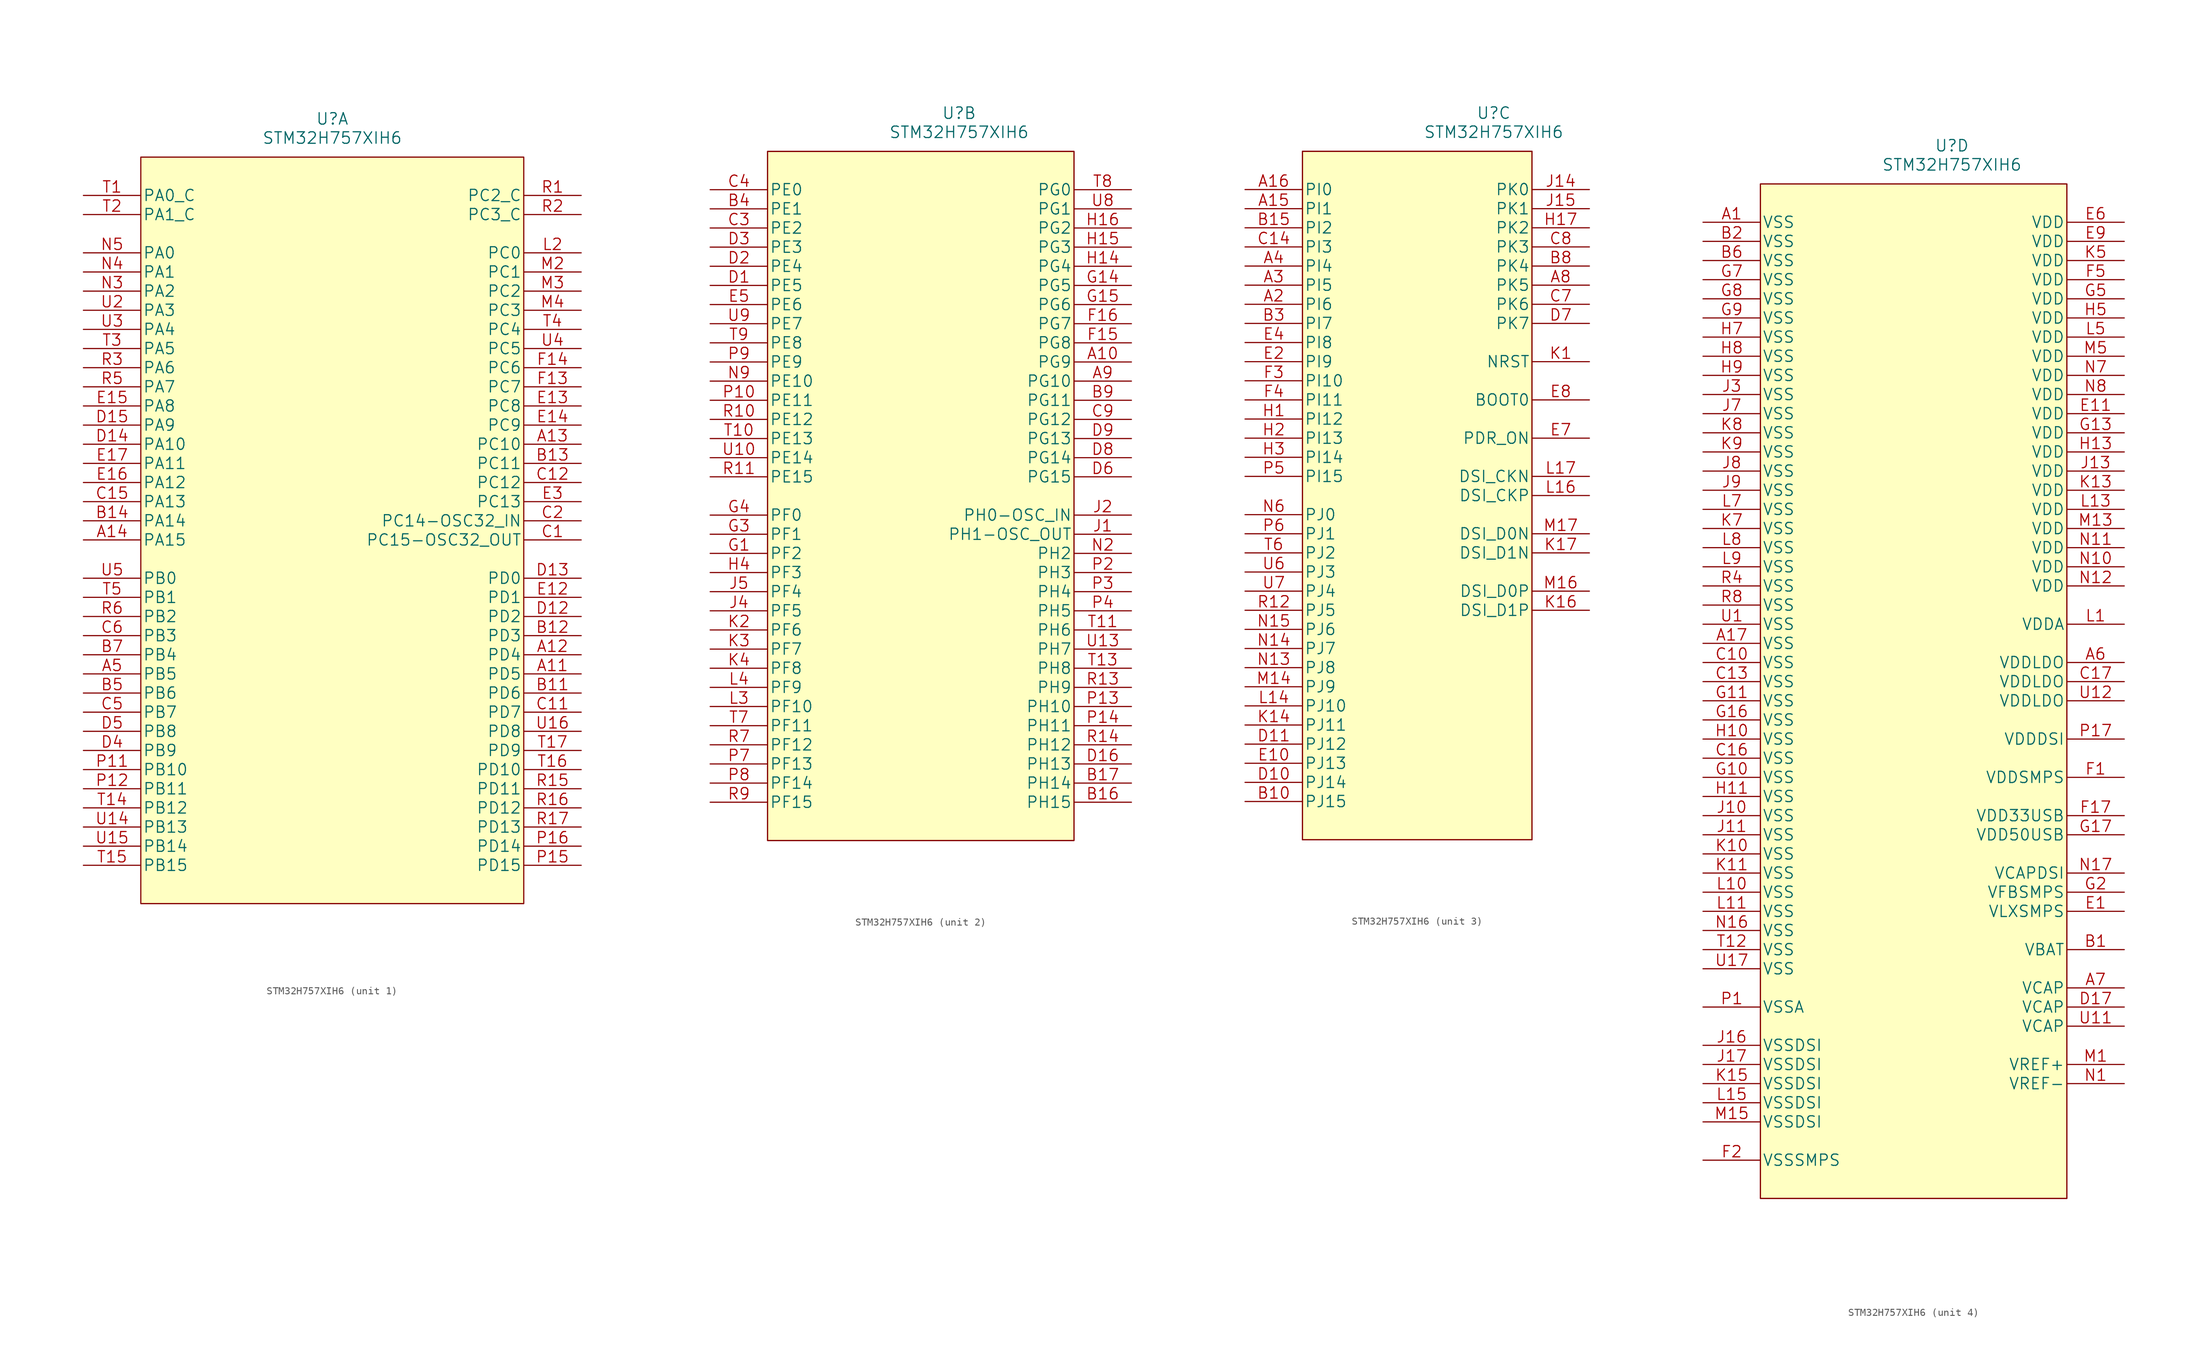
<source format=kicad_sym>
(kicad_symbol_lib
  (version 20211014)
  (generator kicad_symbol_editor)
  (symbol "STM32H757XIH6"
    (pin_names
      (offset 0.254))
    (property "Reference" "U"
      (at 33.02 10.16 0)
      (effects (font (size 1.524 1.524))))
    (property "Value" "STM32H757XIH6"
      (at 33.02 7.62 0)
      (effects (font (size 1.524 1.524))))
    (property "Datasheet" ""
      (at 0 0 0)
      (effects (font (size 1.524 1.524))))
    (symbol "STM32H757XIH6_1_1"
      (polyline (pts (xy 7.62 -93.98) (xy 58.42 -93.98)) (stroke (width 0.127) (type default) (color 0 0 0 0)) (fill (type none)))
      (polyline (pts (xy 7.62 5.08) (xy 7.62 -93.98)) (stroke (width 0.127) (type default) (color 0 0 0 0)) (fill (type none)))
      (polyline (pts (xy 58.42 -93.98) (xy 58.42 5.08)) (stroke (width 0.127) (type default) (color 0 0 0 0)) (fill (type none)))
      (polyline (pts (xy 58.42 5.08) (xy 7.62 5.08)) (stroke (width 0.127) (type default) (color 0 0 0 0)) (fill (type background)))
      (rectangle (start 7.62 5.08) (end 58.42 -93.98) (stroke (width 0.152) (type default) (color 0 0 0 0)) (fill (type background)))
      (pin bidirectional line (at 66.04 -63.5 180) (length 7.62) (name "PD5" (effects (font (size 1.499 1.499)))) (number "A11" (effects (font (size 1.499 1.499)))))
      (pin bidirectional line (at 66.04 -60.96 180) (length 7.62) (name "PD4" (effects (font (size 1.499 1.499)))) (number "A12" (effects (font (size 1.499 1.499)))))
      (pin bidirectional line (at 66.04 -33.02 180) (length 7.62) (name "PC10" (effects (font (size 1.499 1.499)))) (number "A13" (effects (font (size 1.499 1.499)))))
      (pin bidirectional line (at 0 -45.72 0) (length 7.62) (name "PA15" (effects (font (size 1.499 1.499)))) (number "A14" (effects (font (size 1.499 1.499)))))
      (pin bidirectional line (at 0 -63.5 0) (length 7.62) (name "PB5" (effects (font (size 1.499 1.499)))) (number "A5" (effects (font (size 1.499 1.499)))))
      (pin bidirectional line (at 66.04 -66.04 180) (length 7.62) (name "PD6" (effects (font (size 1.499 1.499)))) (number "B11" (effects (font (size 1.499 1.499)))))
      (pin bidirectional line (at 66.04 -58.42 180) (length 7.62) (name "PD3" (effects (font (size 1.499 1.499)))) (number "B12" (effects (font (size 1.499 1.499)))))
      (pin bidirectional line (at 66.04 -35.56 180) (length 7.62) (name "PC11" (effects (font (size 1.499 1.499)))) (number "B13" (effects (font (size 1.499 1.499)))))
      (pin bidirectional line (at 0 -43.18 0) (length 7.62) (name "PA14" (effects (font (size 1.499 1.499)))) (number "B14" (effects (font (size 1.499 1.499)))))
      (pin bidirectional line (at 0 -66.04 0) (length 7.62) (name "PB6" (effects (font (size 1.499 1.499)))) (number "B5" (effects (font (size 1.499 1.499)))))
      (pin bidirectional line (at 0 -60.96 0) (length 7.62) (name "PB4" (effects (font (size 1.499 1.499)))) (number "B7" (effects (font (size 1.499 1.499)))))
      (pin bidirectional line (at 66.04 -45.72 180) (length 7.62) (name "PC15-OSC32_OUT" (effects (font (size 1.499 1.499)))) (number "C1" (effects (font (size 1.499 1.499)))))
      (pin bidirectional line (at 66.04 -68.58 180) (length 7.62) (name "PD7" (effects (font (size 1.499 1.499)))) (number "C11" (effects (font (size 1.499 1.499)))))
      (pin bidirectional line (at 66.04 -38.1 180) (length 7.62) (name "PC12" (effects (font (size 1.499 1.499)))) (number "C12" (effects (font (size 1.499 1.499)))))
      (pin bidirectional line (at 0 -40.64 0) (length 7.62) (name "PA13" (effects (font (size 1.499 1.499)))) (number "C15" (effects (font (size 1.499 1.499)))))
      (pin bidirectional line (at 66.04 -43.18 180) (length 7.62) (name "PC14-OSC32_IN" (effects (font (size 1.499 1.499)))) (number "C2" (effects (font (size 1.499 1.499)))))
      (pin bidirectional line (at 0 -68.58 0) (length 7.62) (name "PB7" (effects (font (size 1.499 1.499)))) (number "C5" (effects (font (size 1.499 1.499)))))
      (pin bidirectional line (at 0 -58.42 0) (length 7.62) (name "PB3" (effects (font (size 1.499 1.499)))) (number "C6" (effects (font (size 1.499 1.499)))))
      (pin bidirectional line (at 66.04 -55.88 180) (length 7.62) (name "PD2" (effects (font (size 1.499 1.499)))) (number "D12" (effects (font (size 1.499 1.499)))))
      (pin bidirectional line (at 66.04 -50.8 180) (length 7.62) (name "PD0" (effects (font (size 1.499 1.499)))) (number "D13" (effects (font (size 1.499 1.499)))))
      (pin bidirectional line (at 0 -33.02 0) (length 7.62) (name "PA10" (effects (font (size 1.499 1.499)))) (number "D14" (effects (font (size 1.499 1.499)))))
      (pin bidirectional line (at 0 -30.48 0) (length 7.62) (name "PA9" (effects (font (size 1.499 1.499)))) (number "D15" (effects (font (size 1.499 1.499)))))
      (pin bidirectional line (at 0 -73.66 0) (length 7.62) (name "PB9" (effects (font (size 1.499 1.499)))) (number "D4" (effects (font (size 1.499 1.499)))))
      (pin bidirectional line (at 0 -71.12 0) (length 7.62) (name "PB8" (effects (font (size 1.499 1.499)))) (number "D5" (effects (font (size 1.499 1.499)))))
      (pin bidirectional line (at 66.04 -53.34 180) (length 7.62) (name "PD1" (effects (font (size 1.499 1.499)))) (number "E12" (effects (font (size 1.499 1.499)))))
      (pin bidirectional line (at 66.04 -27.94 180) (length 7.62) (name "PC8" (effects (font (size 1.499 1.499)))) (number "E13" (effects (font (size 1.499 1.499)))))
      (pin bidirectional line (at 66.04 -30.48 180) (length 7.62) (name "PC9" (effects (font (size 1.499 1.499)))) (number "E14" (effects (font (size 1.499 1.499)))))
      (pin bidirectional line (at 0 -27.94 0) (length 7.62) (name "PA8" (effects (font (size 1.499 1.499)))) (number "E15" (effects (font (size 1.499 1.499)))))
      (pin bidirectional line (at 0 -38.1 0) (length 7.62) (name "PA12" (effects (font (size 1.499 1.499)))) (number "E16" (effects (font (size 1.499 1.499)))))
      (pin bidirectional line (at 0 -35.56 0) (length 7.62) (name "PA11" (effects (font (size 1.499 1.499)))) (number "E17" (effects (font (size 1.499 1.499)))))
      (pin bidirectional line (at 66.04 -40.64 180) (length 7.62) (name "PC13" (effects (font (size 1.499 1.499)))) (number "E3" (effects (font (size 1.499 1.499)))))
      (pin bidirectional line (at 66.04 -25.4 180) (length 7.62) (name "PC7" (effects (font (size 1.499 1.499)))) (number "F13" (effects (font (size 1.499 1.499)))))
      (pin bidirectional line (at 66.04 -22.86 180) (length 7.62) (name "PC6" (effects (font (size 1.499 1.499)))) (number "F14" (effects (font (size 1.499 1.499)))))
      (pin bidirectional line (at 66.04 -7.62 180) (length 7.62) (name "PC0" (effects (font (size 1.499 1.499)))) (number "L2" (effects (font (size 1.499 1.499)))))
      (pin bidirectional line (at 66.04 -10.16 180) (length 7.62) (name "PC1" (effects (font (size 1.499 1.499)))) (number "M2" (effects (font (size 1.499 1.499)))))
      (pin bidirectional line (at 66.04 -12.7 180) (length 7.62) (name "PC2" (effects (font (size 1.499 1.499)))) (number "M3" (effects (font (size 1.499 1.499)))))
      (pin bidirectional line (at 66.04 -15.24 180) (length 7.62) (name "PC3" (effects (font (size 1.499 1.499)))) (number "M4" (effects (font (size 1.499 1.499)))))
      (pin bidirectional line (at 0 -12.7 0) (length 7.62) (name "PA2" (effects (font (size 1.499 1.499)))) (number "N3" (effects (font (size 1.499 1.499)))))
      (pin bidirectional line (at 0 -10.16 0) (length 7.62) (name "PA1" (effects (font (size 1.499 1.499)))) (number "N4" (effects (font (size 1.499 1.499)))))
      (pin bidirectional line (at 0 -7.62 0) (length 7.62) (name "PA0" (effects (font (size 1.499 1.499)))) (number "N5" (effects (font (size 1.499 1.499)))))
      (pin bidirectional line (at 0 -76.2 0) (length 7.62) (name "PB10" (effects (font (size 1.499 1.499)))) (number "P11" (effects (font (size 1.499 1.499)))))
      (pin bidirectional line (at 0 -78.74 0) (length 7.62) (name "PB11" (effects (font (size 1.499 1.499)))) (number "P12" (effects (font (size 1.499 1.499)))))
      (pin bidirectional line (at 66.04 -88.9 180) (length 7.62) (name "PD15" (effects (font (size 1.499 1.499)))) (number "P15" (effects (font (size 1.499 1.499)))))
      (pin bidirectional line (at 66.04 -86.36 180) (length 7.62) (name "PD14" (effects (font (size 1.499 1.499)))) (number "P16" (effects (font (size 1.499 1.499)))))
      (pin bidirectional line (at 66.04 0 180) (length 7.62) (name "PC2_C" (effects (font (size 1.499 1.499)))) (number "R1" (effects (font (size 1.499 1.499)))))
      (pin bidirectional line (at 66.04 -78.74 180) (length 7.62) (name "PD11" (effects (font (size 1.499 1.499)))) (number "R15" (effects (font (size 1.499 1.499)))))
      (pin bidirectional line (at 66.04 -81.28 180) (length 7.62) (name "PD12" (effects (font (size 1.499 1.499)))) (number "R16" (effects (font (size 1.499 1.499)))))
      (pin bidirectional line (at 66.04 -83.82 180) (length 7.62) (name "PD13" (effects (font (size 1.499 1.499)))) (number "R17" (effects (font (size 1.499 1.499)))))
      (pin bidirectional line (at 66.04 -2.54 180) (length 7.62) (name "PC3_C" (effects (font (size 1.499 1.499)))) (number "R2" (effects (font (size 1.499 1.499)))))
      (pin bidirectional line (at 0 -22.86 0) (length 7.62) (name "PA6" (effects (font (size 1.499 1.499)))) (number "R3" (effects (font (size 1.499 1.499)))))
      (pin bidirectional line (at 0 -25.4 0) (length 7.62) (name "PA7" (effects (font (size 1.499 1.499)))) (number "R5" (effects (font (size 1.499 1.499)))))
      (pin bidirectional line (at 0 -55.88 0) (length 7.62) (name "PB2" (effects (font (size 1.499 1.499)))) (number "R6" (effects (font (size 1.499 1.499)))))
      (pin bidirectional line (at 0 0 0) (length 7.62) (name "PA0_C" (effects (font (size 1.499 1.499)))) (number "T1" (effects (font (size 1.499 1.499)))))
      (pin bidirectional line (at 0 -81.28 0) (length 7.62) (name "PB12" (effects (font (size 1.499 1.499)))) (number "T14" (effects (font (size 1.499 1.499)))))
      (pin bidirectional line (at 0 -88.9 0) (length 7.62) (name "PB15" (effects (font (size 1.499 1.499)))) (number "T15" (effects (font (size 1.499 1.499)))))
      (pin bidirectional line (at 66.04 -76.2 180) (length 7.62) (name "PD10" (effects (font (size 1.499 1.499)))) (number "T16" (effects (font (size 1.499 1.499)))))
      (pin bidirectional line (at 66.04 -73.66 180) (length 7.62) (name "PD9" (effects (font (size 1.499 1.499)))) (number "T17" (effects (font (size 1.499 1.499)))))
      (pin bidirectional line (at 0 -2.54 0) (length 7.62) (name "PA1_C" (effects (font (size 1.499 1.499)))) (number "T2" (effects (font (size 1.499 1.499)))))
      (pin bidirectional line (at 0 -20.32 0) (length 7.62) (name "PA5" (effects (font (size 1.499 1.499)))) (number "T3" (effects (font (size 1.499 1.499)))))
      (pin bidirectional line (at 66.04 -17.78 180) (length 7.62) (name "PC4" (effects (font (size 1.499 1.499)))) (number "T4" (effects (font (size 1.499 1.499)))))
      (pin bidirectional line (at 0 -53.34 0) (length 7.62) (name "PB1" (effects (font (size 1.499 1.499)))) (number "T5" (effects (font (size 1.499 1.499)))))
      (pin bidirectional line (at 0 -83.82 0) (length 7.62) (name "PB13" (effects (font (size 1.499 1.499)))) (number "U14" (effects (font (size 1.499 1.499)))))
      (pin bidirectional line (at 0 -86.36 0) (length 7.62) (name "PB14" (effects (font (size 1.499 1.499)))) (number "U15" (effects (font (size 1.499 1.499)))))
      (pin bidirectional line (at 66.04 -71.12 180) (length 7.62) (name "PD8" (effects (font (size 1.499 1.499)))) (number "U16" (effects (font (size 1.499 1.499)))))
      (pin bidirectional line (at 0 -15.24 0) (length 7.62) (name "PA3" (effects (font (size 1.499 1.499)))) (number "U2" (effects (font (size 1.499 1.499)))))
      (pin bidirectional line (at 0 -17.78 0) (length 7.62) (name "PA4" (effects (font (size 1.499 1.499)))) (number "U3" (effects (font (size 1.499 1.499)))))
      (pin bidirectional line (at 66.04 -20.32 180) (length 7.62) (name "PC5" (effects (font (size 1.499 1.499)))) (number "U4" (effects (font (size 1.499 1.499)))))
      (pin bidirectional line (at 0 -50.8 0) (length 7.62) (name "PB0" (effects (font (size 1.499 1.499)))) (number "U5" (effects (font (size 1.499 1.499))))))
    (symbol "STM32H757XIH6_2_1"
      (polyline (pts (xy 7.62 -86.36) (xy 48.26 -86.36)) (stroke (width 0.127) (type default) (color 0 0 0 0)) (fill (type none)))
      (polyline (pts (xy 7.62 5.08) (xy 7.62 -86.36)) (stroke (width 0.127) (type default) (color 0 0 0 0)) (fill (type none)))
      (polyline (pts (xy 48.26 -86.36) (xy 48.26 5.08)) (stroke (width 0.127) (type default) (color 0 0 0 0)) (fill (type none)))
      (polyline (pts (xy 48.26 5.08) (xy 7.62 5.08)) (stroke (width 0.127) (type default) (color 0 0 0 0)) (fill (type none)))
      (rectangle (start 7.62 5.08) (end 48.26 -86.36) (stroke (width 0.152) (type default) (color 0 0 0 0)) (fill (type background)))
      (pin bidirectional line (at 55.88 -22.86 180) (length 7.62) (name "PG9" (effects (font (size 1.499 1.499)))) (number "A10" (effects (font (size 1.499 1.499)))))
      (pin bidirectional line (at 55.88 -25.4 180) (length 7.62) (name "PG10" (effects (font (size 1.499 1.499)))) (number "A9" (effects (font (size 1.499 1.499)))))
      (pin bidirectional line (at 55.88 -81.28 180) (length 7.62) (name "PH15" (effects (font (size 1.499 1.499)))) (number "B16" (effects (font (size 1.499 1.499)))))
      (pin bidirectional line (at 55.88 -78.74 180) (length 7.62) (name "PH14" (effects (font (size 1.499 1.499)))) (number "B17" (effects (font (size 1.499 1.499)))))
      (pin bidirectional line (at 0 -2.54 0) (length 7.62) (name "PE1" (effects (font (size 1.499 1.499)))) (number "B4" (effects (font (size 1.499 1.499)))))
      (pin bidirectional line (at 55.88 -27.94 180) (length 7.62) (name "PG11" (effects (font (size 1.499 1.499)))) (number "B9" (effects (font (size 1.499 1.499)))))
      (pin bidirectional line (at 0 -5.08 0) (length 7.62) (name "PE2" (effects (font (size 1.499 1.499)))) (number "C3" (effects (font (size 1.499 1.499)))))
      (pin bidirectional line (at 0 0 0) (length 7.62) (name "PE0" (effects (font (size 1.499 1.499)))) (number "C4" (effects (font (size 1.499 1.499)))))
      (pin bidirectional line (at 55.88 -30.48 180) (length 7.62) (name "PG12" (effects (font (size 1.499 1.499)))) (number "C9" (effects (font (size 1.499 1.499)))))
      (pin bidirectional line (at 0 -12.7 0) (length 7.62) (name "PE5" (effects (font (size 1.499 1.499)))) (number "D1" (effects (font (size 1.499 1.499)))))
      (pin bidirectional line (at 55.88 -76.2 180) (length 7.62) (name "PH13" (effects (font (size 1.499 1.499)))) (number "D16" (effects (font (size 1.499 1.499)))))
      (pin bidirectional line (at 0 -10.16 0) (length 7.62) (name "PE4" (effects (font (size 1.499 1.499)))) (number "D2" (effects (font (size 1.499 1.499)))))
      (pin bidirectional line (at 0 -7.62 0) (length 7.62) (name "PE3" (effects (font (size 1.499 1.499)))) (number "D3" (effects (font (size 1.499 1.499)))))
      (pin bidirectional line (at 55.88 -38.1 180) (length 7.62) (name "PG15" (effects (font (size 1.499 1.499)))) (number "D6" (effects (font (size 1.499 1.499)))))
      (pin bidirectional line (at 55.88 -35.56 180) (length 7.62) (name "PG14" (effects (font (size 1.499 1.499)))) (number "D8" (effects (font (size 1.499 1.499)))))
      (pin bidirectional line (at 55.88 -33.02 180) (length 7.62) (name "PG13" (effects (font (size 1.499 1.499)))) (number "D9" (effects (font (size 1.499 1.499)))))
      (pin bidirectional line (at 0 -15.24 0) (length 7.62) (name "PE6" (effects (font (size 1.499 1.499)))) (number "E5" (effects (font (size 1.499 1.499)))))
      (pin bidirectional line (at 55.88 -20.32 180) (length 7.62) (name "PG8" (effects (font (size 1.499 1.499)))) (number "F15" (effects (font (size 1.499 1.499)))))
      (pin bidirectional line (at 55.88 -17.78 180) (length 7.62) (name "PG7" (effects (font (size 1.499 1.499)))) (number "F16" (effects (font (size 1.499 1.499)))))
      (pin bidirectional line (at 0 -48.26 0) (length 7.62) (name "PF2" (effects (font (size 1.499 1.499)))) (number "G1" (effects (font (size 1.499 1.499)))))
      (pin bidirectional line (at 55.88 -12.7 180) (length 7.62) (name "PG5" (effects (font (size 1.499 1.499)))) (number "G14" (effects (font (size 1.499 1.499)))))
      (pin bidirectional line (at 55.88 -15.24 180) (length 7.62) (name "PG6" (effects (font (size 1.499 1.499)))) (number "G15" (effects (font (size 1.499 1.499)))))
      (pin bidirectional line (at 0 -45.72 0) (length 7.62) (name "PF1" (effects (font (size 1.499 1.499)))) (number "G3" (effects (font (size 1.499 1.499)))))
      (pin bidirectional line (at 0 -43.18 0) (length 7.62) (name "PF0" (effects (font (size 1.499 1.499)))) (number "G4" (effects (font (size 1.499 1.499)))))
      (pin bidirectional line (at 55.88 -10.16 180) (length 7.62) (name "PG4" (effects (font (size 1.499 1.499)))) (number "H14" (effects (font (size 1.499 1.499)))))
      (pin bidirectional line (at 55.88 -7.62 180) (length 7.62) (name "PG3" (effects (font (size 1.499 1.499)))) (number "H15" (effects (font (size 1.499 1.499)))))
      (pin bidirectional line (at 55.88 -5.08 180) (length 7.62) (name "PG2" (effects (font (size 1.499 1.499)))) (number "H16" (effects (font (size 1.499 1.499)))))
      (pin bidirectional line (at 0 -50.8 0) (length 7.62) (name "PF3" (effects (font (size 1.499 1.499)))) (number "H4" (effects (font (size 1.499 1.499)))))
      (pin bidirectional line (at 55.88 -45.72 180) (length 7.62) (name "PH1-OSC_OUT" (effects (font (size 1.499 1.499)))) (number "J1" (effects (font (size 1.499 1.499)))))
      (pin bidirectional line (at 55.88 -43.18 180) (length 7.62) (name "PH0-OSC_IN" (effects (font (size 1.499 1.499)))) (number "J2" (effects (font (size 1.499 1.499)))))
      (pin bidirectional line (at 0 -55.88 0) (length 7.62) (name "PF5" (effects (font (size 1.499 1.499)))) (number "J4" (effects (font (size 1.499 1.499)))))
      (pin bidirectional line (at 0 -53.34 0) (length 7.62) (name "PF4" (effects (font (size 1.499 1.499)))) (number "J5" (effects (font (size 1.499 1.499)))))
      (pin bidirectional line (at 0 -58.42 0) (length 7.62) (name "PF6" (effects (font (size 1.499 1.499)))) (number "K2" (effects (font (size 1.499 1.499)))))
      (pin bidirectional line (at 0 -60.96 0) (length 7.62) (name "PF7" (effects (font (size 1.499 1.499)))) (number "K3" (effects (font (size 1.499 1.499)))))
      (pin bidirectional line (at 0 -63.5 0) (length 7.62) (name "PF8" (effects (font (size 1.499 1.499)))) (number "K4" (effects (font (size 1.499 1.499)))))
      (pin bidirectional line (at 0 -68.58 0) (length 7.62) (name "PF10" (effects (font (size 1.499 1.499)))) (number "L3" (effects (font (size 1.499 1.499)))))
      (pin bidirectional line (at 0 -66.04 0) (length 7.62) (name "PF9" (effects (font (size 1.499 1.499)))) (number "L4" (effects (font (size 1.499 1.499)))))
      (pin bidirectional line (at 55.88 -48.26 180) (length 7.62) (name "PH2" (effects (font (size 1.499 1.499)))) (number "N2" (effects (font (size 1.499 1.499)))))
      (pin bidirectional line (at 0 -25.4 0) (length 7.62) (name "PE10" (effects (font (size 1.499 1.499)))) (number "N9" (effects (font (size 1.499 1.499)))))
      (pin bidirectional line (at 0 -27.94 0) (length 7.62) (name "PE11" (effects (font (size 1.499 1.499)))) (number "P10" (effects (font (size 1.499 1.499)))))
      (pin bidirectional line (at 55.88 -68.58 180) (length 7.62) (name "PH10" (effects (font (size 1.499 1.499)))) (number "P13" (effects (font (size 1.499 1.499)))))
      (pin bidirectional line (at 55.88 -71.12 180) (length 7.62) (name "PH11" (effects (font (size 1.499 1.499)))) (number "P14" (effects (font (size 1.499 1.499)))))
      (pin bidirectional line (at 55.88 -50.8 180) (length 7.62) (name "PH3" (effects (font (size 1.499 1.499)))) (number "P2" (effects (font (size 1.499 1.499)))))
      (pin bidirectional line (at 55.88 -53.34 180) (length 7.62) (name "PH4" (effects (font (size 1.499 1.499)))) (number "P3" (effects (font (size 1.499 1.499)))))
      (pin bidirectional line (at 55.88 -55.88 180) (length 7.62) (name "PH5" (effects (font (size 1.499 1.499)))) (number "P4" (effects (font (size 1.499 1.499)))))
      (pin bidirectional line (at 0 -76.2 0) (length 7.62) (name "PF13" (effects (font (size 1.499 1.499)))) (number "P7" (effects (font (size 1.499 1.499)))))
      (pin bidirectional line (at 0 -78.74 0) (length 7.62) (name "PF14" (effects (font (size 1.499 1.499)))) (number "P8" (effects (font (size 1.499 1.499)))))
      (pin bidirectional line (at 0 -22.86 0) (length 7.62) (name "PE9" (effects (font (size 1.499 1.499)))) (number "P9" (effects (font (size 1.499 1.499)))))
      (pin bidirectional line (at 0 -30.48 0) (length 7.62) (name "PE12" (effects (font (size 1.499 1.499)))) (number "R10" (effects (font (size 1.499 1.499)))))
      (pin bidirectional line (at 0 -38.1 0) (length 7.62) (name "PE15" (effects (font (size 1.499 1.499)))) (number "R11" (effects (font (size 1.499 1.499)))))
      (pin bidirectional line (at 55.88 -66.04 180) (length 7.62) (name "PH9" (effects (font (size 1.499 1.499)))) (number "R13" (effects (font (size 1.499 1.499)))))
      (pin bidirectional line (at 55.88 -73.66 180) (length 7.62) (name "PH12" (effects (font (size 1.499 1.499)))) (number "R14" (effects (font (size 1.499 1.499)))))
      (pin bidirectional line (at 0 -73.66 0) (length 7.62) (name "PF12" (effects (font (size 1.499 1.499)))) (number "R7" (effects (font (size 1.499 1.499)))))
      (pin bidirectional line (at 0 -81.28 0) (length 7.62) (name "PF15" (effects (font (size 1.499 1.499)))) (number "R9" (effects (font (size 1.499 1.499)))))
      (pin bidirectional line (at 0 -33.02 0) (length 7.62) (name "PE13" (effects (font (size 1.499 1.499)))) (number "T10" (effects (font (size 1.499 1.499)))))
      (pin bidirectional line (at 55.88 -58.42 180) (length 7.62) (name "PH6" (effects (font (size 1.499 1.499)))) (number "T11" (effects (font (size 1.499 1.499)))))
      (pin bidirectional line (at 55.88 -63.5 180) (length 7.62) (name "PH8" (effects (font (size 1.499 1.499)))) (number "T13" (effects (font (size 1.499 1.499)))))
      (pin bidirectional line (at 0 -71.12 0) (length 7.62) (name "PF11" (effects (font (size 1.499 1.499)))) (number "T7" (effects (font (size 1.499 1.499)))))
      (pin bidirectional line (at 55.88 0 180) (length 7.62) (name "PG0" (effects (font (size 1.499 1.499)))) (number "T8" (effects (font (size 1.499 1.499)))))
      (pin bidirectional line (at 0 -20.32 0) (length 7.62) (name "PE8" (effects (font (size 1.499 1.499)))) (number "T9" (effects (font (size 1.499 1.499)))))
      (pin bidirectional line (at 0 -35.56 0) (length 7.62) (name "PE14" (effects (font (size 1.499 1.499)))) (number "U10" (effects (font (size 1.499 1.499)))))
      (pin bidirectional line (at 55.88 -60.96 180) (length 7.62) (name "PH7" (effects (font (size 1.499 1.499)))) (number "U13" (effects (font (size 1.499 1.499)))))
      (pin bidirectional line (at 55.88 -2.54 180) (length 7.62) (name "PG1" (effects (font (size 1.499 1.499)))) (number "U8" (effects (font (size 1.499 1.499)))))
      (pin bidirectional line (at 0 -17.78 0) (length 7.62) (name "PE7" (effects (font (size 1.499 1.499)))) (number "U9" (effects (font (size 1.499 1.499))))))
    (symbol "STM32H757XIH6_3_1"
      (polyline (pts (xy 7.62 -86.36) (xy 38.1 -86.36)) (stroke (width 0.127) (type default) (color 0 0 0 0)) (fill (type none)))
      (polyline (pts (xy 7.62 5.08) (xy 7.62 -86.36)) (stroke (width 0.127) (type default) (color 0 0 0 0)) (fill (type none)))
      (polyline (pts (xy 38.1 -86.36) (xy 38.1 5.08)) (stroke (width 0.127) (type default) (color 0 0 0 0)) (fill (type none)))
      (polyline (pts (xy 38.1 5.08) (xy 7.62 5.08)) (stroke (width 0.127) (type default) (color 0 0 0 0)) (fill (type none)))
      (rectangle (start 7.62 5.08) (end 38.1 -86.36) (stroke (width 0.152) (type default) (color 0 0 0 0)) (fill (type background)))
      (pin bidirectional line (at 0 -2.54 0) (length 7.62) (name "PI1" (effects (font (size 1.499 1.499)))) (number "A15" (effects (font (size 1.499 1.499)))))
      (pin bidirectional line (at 0 0 0) (length 7.62) (name "PI0" (effects (font (size 1.499 1.499)))) (number "A16" (effects (font (size 1.499 1.499)))))
      (pin bidirectional line (at 0 -15.24 0) (length 7.62) (name "PI6" (effects (font (size 1.499 1.499)))) (number "A2" (effects (font (size 1.499 1.499)))))
      (pin bidirectional line (at 0 -12.7 0) (length 7.62) (name "PI5" (effects (font (size 1.499 1.499)))) (number "A3" (effects (font (size 1.499 1.499)))))
      (pin bidirectional line (at 0 -10.16 0) (length 7.62) (name "PI4" (effects (font (size 1.499 1.499)))) (number "A4" (effects (font (size 1.499 1.499)))))
      (pin bidirectional line (at 45.72 -12.7 180) (length 7.62) (name "PK5" (effects (font (size 1.499 1.499)))) (number "A8" (effects (font (size 1.499 1.499)))))
      (pin bidirectional line (at 0 -81.28 0) (length 7.62) (name "PJ15" (effects (font (size 1.499 1.499)))) (number "B10" (effects (font (size 1.499 1.499)))))
      (pin bidirectional line (at 0 -5.08 0) (length 7.62) (name "PI2" (effects (font (size 1.499 1.499)))) (number "B15" (effects (font (size 1.499 1.499)))))
      (pin bidirectional line (at 0 -17.78 0) (length 7.62) (name "PI7" (effects (font (size 1.499 1.499)))) (number "B3" (effects (font (size 1.499 1.499)))))
      (pin bidirectional line (at 45.72 -10.16 180) (length 7.62) (name "PK4" (effects (font (size 1.499 1.499)))) (number "B8" (effects (font (size 1.499 1.499)))))
      (pin bidirectional line (at 0 -7.62 0) (length 7.62) (name "PI3" (effects (font (size 1.499 1.499)))) (number "C14" (effects (font (size 1.499 1.499)))))
      (pin bidirectional line (at 45.72 -15.24 180) (length 7.62) (name "PK6" (effects (font (size 1.499 1.499)))) (number "C7" (effects (font (size 1.499 1.499)))))
      (pin bidirectional line (at 45.72 -7.62 180) (length 7.62) (name "PK3" (effects (font (size 1.499 1.499)))) (number "C8" (effects (font (size 1.499 1.499)))))
      (pin bidirectional line (at 0 -78.74 0) (length 7.62) (name "PJ14" (effects (font (size 1.499 1.499)))) (number "D10" (effects (font (size 1.499 1.499)))))
      (pin bidirectional line (at 0 -73.66 0) (length 7.62) (name "PJ12" (effects (font (size 1.499 1.499)))) (number "D11" (effects (font (size 1.499 1.499)))))
      (pin bidirectional line (at 45.72 -17.78 180) (length 7.62) (name "PK7" (effects (font (size 1.499 1.499)))) (number "D7" (effects (font (size 1.499 1.499)))))
      (pin bidirectional line (at 0 -76.2 0) (length 7.62) (name "PJ13" (effects (font (size 1.499 1.499)))) (number "E10" (effects (font (size 1.499 1.499)))))
      (pin bidirectional line (at 0 -22.86 0) (length 7.62) (name "PI9" (effects (font (size 1.499 1.499)))) (number "E2" (effects (font (size 1.499 1.499)))))
      (pin bidirectional line (at 0 -20.32 0) (length 7.62) (name "PI8" (effects (font (size 1.499 1.499)))) (number "E4" (effects (font (size 1.499 1.499)))))
      (pin bidirectional line (at 45.72 -33.02 180) (length 7.62) (name "PDR_ON" (effects (font (size 1.499 1.499)))) (number "E7" (effects (font (size 1.499 1.499)))))
      (pin input line (at 45.72 -27.94 180) (length 7.62) (name "BOOT0" (effects (font (size 1.499 1.499)))) (number "E8" (effects (font (size 1.499 1.499)))))
      (pin bidirectional line (at 0 -25.4 0) (length 7.62) (name "PI10" (effects (font (size 1.499 1.499)))) (number "F3" (effects (font (size 1.499 1.499)))))
      (pin bidirectional line (at 0 -27.94 0) (length 7.62) (name "PI11" (effects (font (size 1.499 1.499)))) (number "F4" (effects (font (size 1.499 1.499)))))
      (pin bidirectional line (at 0 -30.48 0) (length 7.62) (name "PI12" (effects (font (size 1.499 1.499)))) (number "H1" (effects (font (size 1.499 1.499)))))
      (pin bidirectional line (at 45.72 -5.08 180) (length 7.62) (name "PK2" (effects (font (size 1.499 1.499)))) (number "H17" (effects (font (size 1.499 1.499)))))
      (pin bidirectional line (at 0 -33.02 0) (length 7.62) (name "PI13" (effects (font (size 1.499 1.499)))) (number "H2" (effects (font (size 1.499 1.499)))))
      (pin bidirectional line (at 0 -35.56 0) (length 7.62) (name "PI14" (effects (font (size 1.499 1.499)))) (number "H3" (effects (font (size 1.499 1.499)))))
      (pin bidirectional line (at 45.72 0 180) (length 7.62) (name "PK0" (effects (font (size 1.499 1.499)))) (number "J14" (effects (font (size 1.499 1.499)))))
      (pin bidirectional line (at 45.72 -2.54 180) (length 7.62) (name "PK1" (effects (font (size 1.499 1.499)))) (number "J15" (effects (font (size 1.499 1.499)))))
      (pin bidirectional line (at 45.72 -22.86 180) (length 7.62) (name "NRST" (effects (font (size 1.499 1.499)))) (number "K1" (effects (font (size 1.499 1.499)))))
      (pin bidirectional line (at 0 -71.12 0) (length 7.62) (name "PJ11" (effects (font (size 1.499 1.499)))) (number "K14" (effects (font (size 1.499 1.499)))))
      (pin bidirectional line (at 45.72 -55.88 180) (length 7.62) (name "DSI_D1P" (effects (font (size 1.499 1.499)))) (number "K16" (effects (font (size 1.499 1.499)))))
      (pin bidirectional line (at 45.72 -48.26 180) (length 7.62) (name "DSI_D1N" (effects (font (size 1.499 1.499)))) (number "K17" (effects (font (size 1.499 1.499)))))
      (pin bidirectional line (at 0 -68.58 0) (length 7.62) (name "PJ10" (effects (font (size 1.499 1.499)))) (number "L14" (effects (font (size 1.499 1.499)))))
      (pin bidirectional line (at 45.72 -40.64 180) (length 7.62) (name "DSI_CKP" (effects (font (size 1.499 1.499)))) (number "L16" (effects (font (size 1.499 1.499)))))
      (pin bidirectional line (at 45.72 -38.1 180) (length 7.62) (name "DSI_CKN" (effects (font (size 1.499 1.499)))) (number "L17" (effects (font (size 1.499 1.499)))))
      (pin bidirectional line (at 0 -66.04 0) (length 7.62) (name "PJ9" (effects (font (size 1.499 1.499)))) (number "M14" (effects (font (size 1.499 1.499)))))
      (pin bidirectional line (at 45.72 -53.34 180) (length 7.62) (name "DSI_D0P" (effects (font (size 1.499 1.499)))) (number "M16" (effects (font (size 1.499 1.499)))))
      (pin bidirectional line (at 45.72 -45.72 180) (length 7.62) (name "DSI_D0N" (effects (font (size 1.499 1.499)))) (number "M17" (effects (font (size 1.499 1.499)))))
      (pin bidirectional line (at 0 -63.5 0) (length 7.62) (name "PJ8" (effects (font (size 1.499 1.499)))) (number "N13" (effects (font (size 1.499 1.499)))))
      (pin bidirectional line (at 0 -60.96 0) (length 7.62) (name "PJ7" (effects (font (size 1.499 1.499)))) (number "N14" (effects (font (size 1.499 1.499)))))
      (pin bidirectional line (at 0 -58.42 0) (length 7.62) (name "PJ6" (effects (font (size 1.499 1.499)))) (number "N15" (effects (font (size 1.499 1.499)))))
      (pin bidirectional line (at 0 -43.18 0) (length 7.62) (name "PJ0" (effects (font (size 1.499 1.499)))) (number "N6" (effects (font (size 1.499 1.499)))))
      (pin bidirectional line (at 0 -38.1 0) (length 7.62) (name "PI15" (effects (font (size 1.499 1.499)))) (number "P5" (effects (font (size 1.499 1.499)))))
      (pin bidirectional line (at 0 -45.72 0) (length 7.62) (name "PJ1" (effects (font (size 1.499 1.499)))) (number "P6" (effects (font (size 1.499 1.499)))))
      (pin bidirectional line (at 0 -55.88 0) (length 7.62) (name "PJ5" (effects (font (size 1.499 1.499)))) (number "R12" (effects (font (size 1.499 1.499)))))
      (pin bidirectional line (at 0 -48.26 0) (length 7.62) (name "PJ2" (effects (font (size 1.499 1.499)))) (number "T6" (effects (font (size 1.499 1.499)))))
      (pin bidirectional line (at 0 -50.8 0) (length 7.62) (name "PJ3" (effects (font (size 1.499 1.499)))) (number "U6" (effects (font (size 1.499 1.499)))))
      (pin bidirectional line (at 0 -53.34 0) (length 7.62) (name "PJ4" (effects (font (size 1.499 1.499)))) (number "U7" (effects (font (size 1.499 1.499))))))
    (symbol "STM32H757XIH6_4_1"
      (polyline (pts (xy 7.62 -129.54) (xy 48.26 -129.54)) (stroke (width 0.127) (type default) (color 0 0 0 0)) (fill (type none)))
      (polyline (pts (xy 7.62 5.08) (xy 7.62 -129.54)) (stroke (width 0.127) (type default) (color 0 0 0 0)) (fill (type none)))
      (polyline (pts (xy 48.26 -129.54) (xy 48.26 5.08)) (stroke (width 0.127) (type default) (color 0 0 0 0)) (fill (type none)))
      (polyline (pts (xy 48.26 5.08) (xy 7.62 5.08)) (stroke (width 0.127) (type default) (color 0 0 0 0)) (fill (type none)))
      (rectangle (start 7.62 5.08) (end 48.26 -129.54) (stroke (width 0.152) (type default) (color 0 0 0 0)) (fill (type background)))
      (pin power_in line (at 0 0 0) (length 7.62) (name "VSS" (effects (font (size 1.499 1.499)))) (number "A1" (effects (font (size 1.499 1.499)))))
      (pin power_in line (at 0 -55.88 0) (length 7.62) (name "VSS" (effects (font (size 1.499 1.499)))) (number "A17" (effects (font (size 1.499 1.499)))))
      (pin power_in line (at 55.88 -58.42 180) (length 7.62) (name "VDDLDO" (effects (font (size 1.499 1.499)))) (number "A6" (effects (font (size 1.499 1.499)))))
      (pin power_in line (at 55.88 -101.6 180) (length 7.62) (name "VCAP" (effects (font (size 1.499 1.499)))) (number "A7" (effects (font (size 1.499 1.499)))))
      (pin power_in line (at 55.88 -96.52 180) (length 7.62) (name "VBAT" (effects (font (size 1.499 1.499)))) (number "B1" (effects (font (size 1.499 1.499)))))
      (pin power_in line (at 0 -2.54 0) (length 7.62) (name "VSS" (effects (font (size 1.499 1.499)))) (number "B2" (effects (font (size 1.499 1.499)))))
      (pin power_in line (at 0 -5.08 0) (length 7.62) (name "VSS" (effects (font (size 1.499 1.499)))) (number "B6" (effects (font (size 1.499 1.499)))))
      (pin power_in line (at 0 -58.42 0) (length 7.62) (name "VSS" (effects (font (size 1.499 1.499)))) (number "C10" (effects (font (size 1.499 1.499)))))
      (pin power_in line (at 0 -60.96 0) (length 7.62) (name "VSS" (effects (font (size 1.499 1.499)))) (number "C13" (effects (font (size 1.499 1.499)))))
      (pin power_in line (at 0 -71.12 0) (length 7.62) (name "VSS" (effects (font (size 1.499 1.499)))) (number "C16" (effects (font (size 1.499 1.499)))))
      (pin power_in line (at 55.88 -60.96 180) (length 7.62) (name "VDDLDO" (effects (font (size 1.499 1.499)))) (number "C17" (effects (font (size 1.499 1.499)))))
      (pin power_in line (at 55.88 -104.14 180) (length 7.62) (name "VCAP" (effects (font (size 1.499 1.499)))) (number "D17" (effects (font (size 1.499 1.499)))))
      (pin power_in line (at 55.88 -91.44 180) (length 7.62) (name "VLXSMPS" (effects (font (size 1.499 1.499)))) (number "E1" (effects (font (size 1.499 1.499)))))
      (pin power_in line (at 55.88 -25.4 180) (length 7.62) (name "VDD" (effects (font (size 1.499 1.499)))) (number "E11" (effects (font (size 1.499 1.499)))))
      (pin power_in line (at 55.88 0 180) (length 7.62) (name "VDD" (effects (font (size 1.499 1.499)))) (number "E6" (effects (font (size 1.499 1.499)))))
      (pin power_in line (at 55.88 -2.54 180) (length 7.62) (name "VDD" (effects (font (size 1.499 1.499)))) (number "E9" (effects (font (size 1.499 1.499)))))
      (pin power_in line (at 55.88 -73.66 180) (length 7.62) (name "VDDSMPS" (effects (font (size 1.499 1.499)))) (number "F1" (effects (font (size 1.499 1.499)))))
      (pin power_in line (at 55.88 -78.74 180) (length 7.62) (name "VDD33USB" (effects (font (size 1.499 1.499)))) (number "F17" (effects (font (size 1.499 1.499)))))
      (pin power_in line (at 0 -124.46 0) (length 7.62) (name "VSSSMPS" (effects (font (size 1.499 1.499)))) (number "F2" (effects (font (size 1.499 1.499)))))
      (pin power_in line (at 55.88 -7.62 180) (length 7.62) (name "VDD" (effects (font (size 1.499 1.499)))) (number "F5" (effects (font (size 1.499 1.499)))))
      (pin power_in line (at 0 -73.66 0) (length 7.62) (name "VSS" (effects (font (size 1.499 1.499)))) (number "G10" (effects (font (size 1.499 1.499)))))
      (pin power_in line (at 0 -63.5 0) (length 7.62) (name "VSS" (effects (font (size 1.499 1.499)))) (number "G11" (effects (font (size 1.499 1.499)))))
      (pin power_in line (at 55.88 -27.94 180) (length 7.62) (name "VDD" (effects (font (size 1.499 1.499)))) (number "G13" (effects (font (size 1.499 1.499)))))
      (pin power_in line (at 0 -66.04 0) (length 7.62) (name "VSS" (effects (font (size 1.499 1.499)))) (number "G16" (effects (font (size 1.499 1.499)))))
      (pin power_in line (at 55.88 -81.28 180) (length 7.62) (name "VDD50USB" (effects (font (size 1.499 1.499)))) (number "G17" (effects (font (size 1.499 1.499)))))
      (pin power_in line (at 55.88 -88.9 180) (length 7.62) (name "VFBSMPS" (effects (font (size 1.499 1.499)))) (number "G2" (effects (font (size 1.499 1.499)))))
      (pin power_in line (at 55.88 -10.16 180) (length 7.62) (name "VDD" (effects (font (size 1.499 1.499)))) (number "G5" (effects (font (size 1.499 1.499)))))
      (pin power_in line (at 0 -7.62 0) (length 7.62) (name "VSS" (effects (font (size 1.499 1.499)))) (number "G7" (effects (font (size 1.499 1.499)))))
      (pin power_in line (at 0 -10.16 0) (length 7.62) (name "VSS" (effects (font (size 1.499 1.499)))) (number "G8" (effects (font (size 1.499 1.499)))))
      (pin power_in line (at 0 -12.7 0) (length 7.62) (name "VSS" (effects (font (size 1.499 1.499)))) (number "G9" (effects (font (size 1.499 1.499)))))
      (pin power_in line (at 0 -68.58 0) (length 7.62) (name "VSS" (effects (font (size 1.499 1.499)))) (number "H10" (effects (font (size 1.499 1.499)))))
      (pin power_in line (at 0 -76.2 0) (length 7.62) (name "VSS" (effects (font (size 1.499 1.499)))) (number "H11" (effects (font (size 1.499 1.499)))))
      (pin power_in line (at 55.88 -30.48 180) (length 7.62) (name "VDD" (effects (font (size 1.499 1.499)))) (number "H13" (effects (font (size 1.499 1.499)))))
      (pin power_in line (at 55.88 -12.7 180) (length 7.62) (name "VDD" (effects (font (size 1.499 1.499)))) (number "H5" (effects (font (size 1.499 1.499)))))
      (pin power_in line (at 0 -15.24 0) (length 7.62) (name "VSS" (effects (font (size 1.499 1.499)))) (number "H7" (effects (font (size 1.499 1.499)))))
      (pin power_in line (at 0 -17.78 0) (length 7.62) (name "VSS" (effects (font (size 1.499 1.499)))) (number "H8" (effects (font (size 1.499 1.499)))))
      (pin power_in line (at 0 -20.32 0) (length 7.62) (name "VSS" (effects (font (size 1.499 1.499)))) (number "H9" (effects (font (size 1.499 1.499)))))
      (pin power_in line (at 0 -78.74 0) (length 7.62) (name "VSS" (effects (font (size 1.499 1.499)))) (number "J10" (effects (font (size 1.499 1.499)))))
      (pin power_in line (at 0 -81.28 0) (length 7.62) (name "VSS" (effects (font (size 1.499 1.499)))) (number "J11" (effects (font (size 1.499 1.499)))))
      (pin power_in line (at 55.88 -33.02 180) (length 7.62) (name "VDD" (effects (font (size 1.499 1.499)))) (number "J13" (effects (font (size 1.499 1.499)))))
      (pin power_in line (at 0 -109.22 0) (length 7.62) (name "VSSDSI" (effects (font (size 1.499 1.499)))) (number "J16" (effects (font (size 1.499 1.499)))))
      (pin power_in line (at 0 -111.76 0) (length 7.62) (name "VSSDSI" (effects (font (size 1.499 1.499)))) (number "J17" (effects (font (size 1.499 1.499)))))
      (pin power_in line (at 0 -22.86 0) (length 7.62) (name "VSS" (effects (font (size 1.499 1.499)))) (number "J3" (effects (font (size 1.499 1.499)))))
      (pin power_in line (at 0 -25.4 0) (length 7.62) (name "VSS" (effects (font (size 1.499 1.499)))) (number "J7" (effects (font (size 1.499 1.499)))))
      (pin power_in line (at 0 -33.02 0) (length 7.62) (name "VSS" (effects (font (size 1.499 1.499)))) (number "J8" (effects (font (size 1.499 1.499)))))
      (pin power_in line (at 0 -35.56 0) (length 7.62) (name "VSS" (effects (font (size 1.499 1.499)))) (number "J9" (effects (font (size 1.499 1.499)))))
      (pin power_in line (at 0 -83.82 0) (length 7.62) (name "VSS" (effects (font (size 1.499 1.499)))) (number "K10" (effects (font (size 1.499 1.499)))))
      (pin power_in line (at 0 -86.36 0) (length 7.62) (name "VSS" (effects (font (size 1.499 1.499)))) (number "K11" (effects (font (size 1.499 1.499)))))
      (pin power_in line (at 55.88 -35.56 180) (length 7.62) (name "VDD" (effects (font (size 1.499 1.499)))) (number "K13" (effects (font (size 1.499 1.499)))))
      (pin power_in line (at 0 -114.3 0) (length 7.62) (name "VSSDSI" (effects (font (size 1.499 1.499)))) (number "K15" (effects (font (size 1.499 1.499)))))
      (pin power_in line (at 55.88 -5.08 180) (length 7.62) (name "VDD" (effects (font (size 1.499 1.499)))) (number "K5" (effects (font (size 1.499 1.499)))))
      (pin power_in line (at 0 -40.64 0) (length 7.62) (name "VSS" (effects (font (size 1.499 1.499)))) (number "K7" (effects (font (size 1.499 1.499)))))
      (pin power_in line (at 0 -27.94 0) (length 7.62) (name "VSS" (effects (font (size 1.499 1.499)))) (number "K8" (effects (font (size 1.499 1.499)))))
      (pin power_in line (at 0 -30.48 0) (length 7.62) (name "VSS" (effects (font (size 1.499 1.499)))) (number "K9" (effects (font (size 1.499 1.499)))))
      (pin power_in line (at 55.88 -53.34 180) (length 7.62) (name "VDDA" (effects (font (size 1.499 1.499)))) (number "L1" (effects (font (size 1.499 1.499)))))
      (pin power_in line (at 0 -88.9 0) (length 7.62) (name "VSS" (effects (font (size 1.499 1.499)))) (number "L10" (effects (font (size 1.499 1.499)))))
      (pin power_in line (at 0 -91.44 0) (length 7.62) (name "VSS" (effects (font (size 1.499 1.499)))) (number "L11" (effects (font (size 1.499 1.499)))))
      (pin power_in line (at 55.88 -38.1 180) (length 7.62) (name "VDD" (effects (font (size 1.499 1.499)))) (number "L13" (effects (font (size 1.499 1.499)))))
      (pin power_in line (at 0 -116.84 0) (length 7.62) (name "VSSDSI" (effects (font (size 1.499 1.499)))) (number "L15" (effects (font (size 1.499 1.499)))))
      (pin power_in line (at 55.88 -15.24 180) (length 7.62) (name "VDD" (effects (font (size 1.499 1.499)))) (number "L5" (effects (font (size 1.499 1.499)))))
      (pin power_in line (at 0 -38.1 0) (length 7.62) (name "VSS" (effects (font (size 1.499 1.499)))) (number "L7" (effects (font (size 1.499 1.499)))))
      (pin power_in line (at 0 -43.18 0) (length 7.62) (name "VSS" (effects (font (size 1.499 1.499)))) (number "L8" (effects (font (size 1.499 1.499)))))
      (pin power_in line (at 0 -45.72 0) (length 7.62) (name "VSS" (effects (font (size 1.499 1.499)))) (number "L9" (effects (font (size 1.499 1.499)))))
      (pin power_in line (at 55.88 -111.76 180) (length 7.62) (name "VREF+" (effects (font (size 1.499 1.499)))) (number "M1" (effects (font (size 1.499 1.499)))))
      (pin power_in line (at 55.88 -40.64 180) (length 7.62) (name "VDD" (effects (font (size 1.499 1.499)))) (number "M13" (effects (font (size 1.499 1.499)))))
      (pin power_in line (at 0 -119.38 0) (length 7.62) (name "VSSDSI" (effects (font (size 1.499 1.499)))) (number "M15" (effects (font (size 1.499 1.499)))))
      (pin power_in line (at 55.88 -17.78 180) (length 7.62) (name "VDD" (effects (font (size 1.499 1.499)))) (number "M5" (effects (font (size 1.499 1.499)))))
      (pin power_in line (at 55.88 -114.3 180) (length 7.62) (name "VREF-" (effects (font (size 1.499 1.499)))) (number "N1" (effects (font (size 1.499 1.499)))))
      (pin power_in line (at 55.88 -45.72 180) (length 7.62) (name "VDD" (effects (font (size 1.499 1.499)))) (number "N10" (effects (font (size 1.499 1.499)))))
      (pin power_in line (at 55.88 -43.18 180) (length 7.62) (name "VDD" (effects (font (size 1.499 1.499)))) (number "N11" (effects (font (size 1.499 1.499)))))
      (pin power_in line (at 55.88 -48.26 180) (length 7.62) (name "VDD" (effects (font (size 1.499 1.499)))) (number "N12" (effects (font (size 1.499 1.499)))))
      (pin power_in line (at 0 -93.98 0) (length 7.62) (name "VSS" (effects (font (size 1.499 1.499)))) (number "N16" (effects (font (size 1.499 1.499)))))
      (pin power_in line (at 55.88 -86.36 180) (length 7.62) (name "VCAPDSI" (effects (font (size 1.499 1.499)))) (number "N17" (effects (font (size 1.499 1.499)))))
      (pin power_in line (at 55.88 -20.32 180) (length 7.62) (name "VDD" (effects (font (size 1.499 1.499)))) (number "N7" (effects (font (size 1.499 1.499)))))
      (pin power_in line (at 55.88 -22.86 180) (length 7.62) (name "VDD" (effects (font (size 1.499 1.499)))) (number "N8" (effects (font (size 1.499 1.499)))))
      (pin power_in line (at 0 -104.14 0) (length 7.62) (name "VSSA" (effects (font (size 1.499 1.499)))) (number "P1" (effects (font (size 1.499 1.499)))))
      (pin power_in line (at 55.88 -68.58 180) (length 7.62) (name "VDDDSI" (effects (font (size 1.499 1.499)))) (number "P17" (effects (font (size 1.499 1.499)))))
      (pin power_in line (at 0 -48.26 0) (length 7.62) (name "VSS" (effects (font (size 1.499 1.499)))) (number "R4" (effects (font (size 1.499 1.499)))))
      (pin power_in line (at 0 -50.8 0) (length 7.62) (name "VSS" (effects (font (size 1.499 1.499)))) (number "R8" (effects (font (size 1.499 1.499)))))
      (pin power_in line (at 0 -96.52 0) (length 7.62) (name "VSS" (effects (font (size 1.499 1.499)))) (number "T12" (effects (font (size 1.499 1.499)))))
      (pin power_in line (at 0 -53.34 0) (length 7.62) (name "VSS" (effects (font (size 1.499 1.499)))) (number "U1" (effects (font (size 1.499 1.499)))))
      (pin power_in line (at 55.88 -106.68 180) (length 7.62) (name "VCAP" (effects (font (size 1.499 1.499)))) (number "U11" (effects (font (size 1.499 1.499)))))
      (pin power_in line (at 55.88 -63.5 180) (length 7.62) (name "VDDLDO" (effects (font (size 1.499 1.499)))) (number "U12" (effects (font (size 1.499 1.499)))))
      (pin power_in line (at 0 -99.06 0) (length 7.62) (name "VSS" (effects (font (size 1.499 1.499)))) (number "U17" (effects (font (size 1.499 1.499))))))))
</source>
